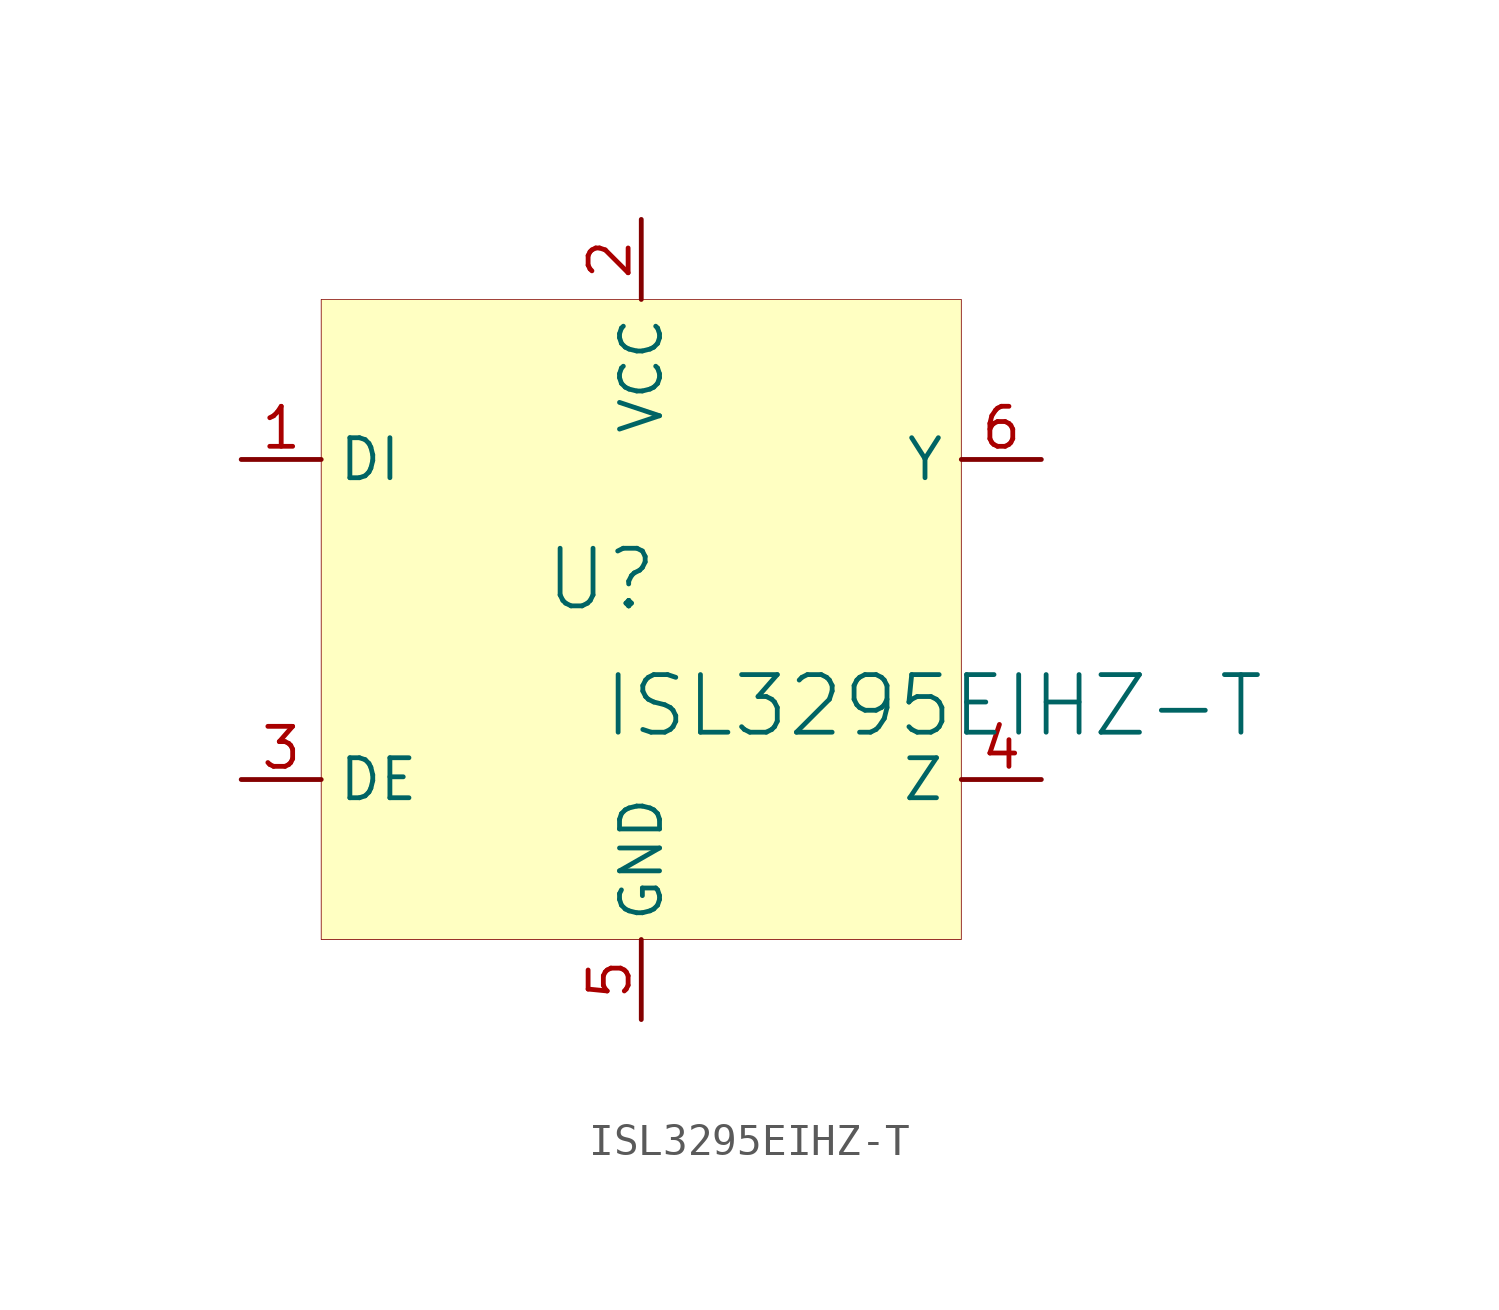
<source format=kicad_sym>
(kicad_symbol_lib
  (version 20231120)
  (generator "kicad_symbol_editor")
  (generator_version "8.0")
  (symbol "ISL3295EIHZ-T"
    (property "Reference" "U"
      (at -1.27 1.27 0)
      (effects (font (size 1.829 1.829))))
    (property "Value" "ISL3295EIHZ-T"
      (at -1.27 -3.81 0)
      (effects (font (size 1.829 1.829)) (justify left bottom)))
    (symbol "ISL3295EIHZ-T_1_0"
      (rectangle (start 10.16 10.16) (end -10.16 -10.16) (stroke (width 0.025) (type solid) (color 128 0 0 1)) (fill (type background)))
      (pin input line (at -12.7 5.08 0) (length 2.54) (name "DI" (effects (font (size 1.27 1.27)))) (number "1" (effects (font (size 1.27 1.27)))))
      (pin power_in line (at 0 12.7 270) (length 2.54) (name "VCC" (effects (font (size 1.27 1.27)))) (number "2" (effects (font (size 1.27 1.27)))))
      (pin input line (at -12.7 -5.08 0) (length 2.54) (name "DE" (effects (font (size 1.27 1.27)))) (number "3" (effects (font (size 1.27 1.27)))))
      (pin output line (at 12.7 -5.08 180) (length 2.54) (name "Z" (effects (font (size 1.27 1.27)))) (number "4" (effects (font (size 1.27 1.27)))))
      (pin power_in line (at 0 -12.7 90) (length 2.54) (name "GND" (effects (font (size 1.27 1.27)))) (number "5" (effects (font (size 1.27 1.27)))))
      (pin output line (at 12.7 5.08 180) (length 2.54) (name "Y" (effects (font (size 1.27 1.27)))) (number "6" (effects (font (size 1.27 1.27))))))))
</source>
